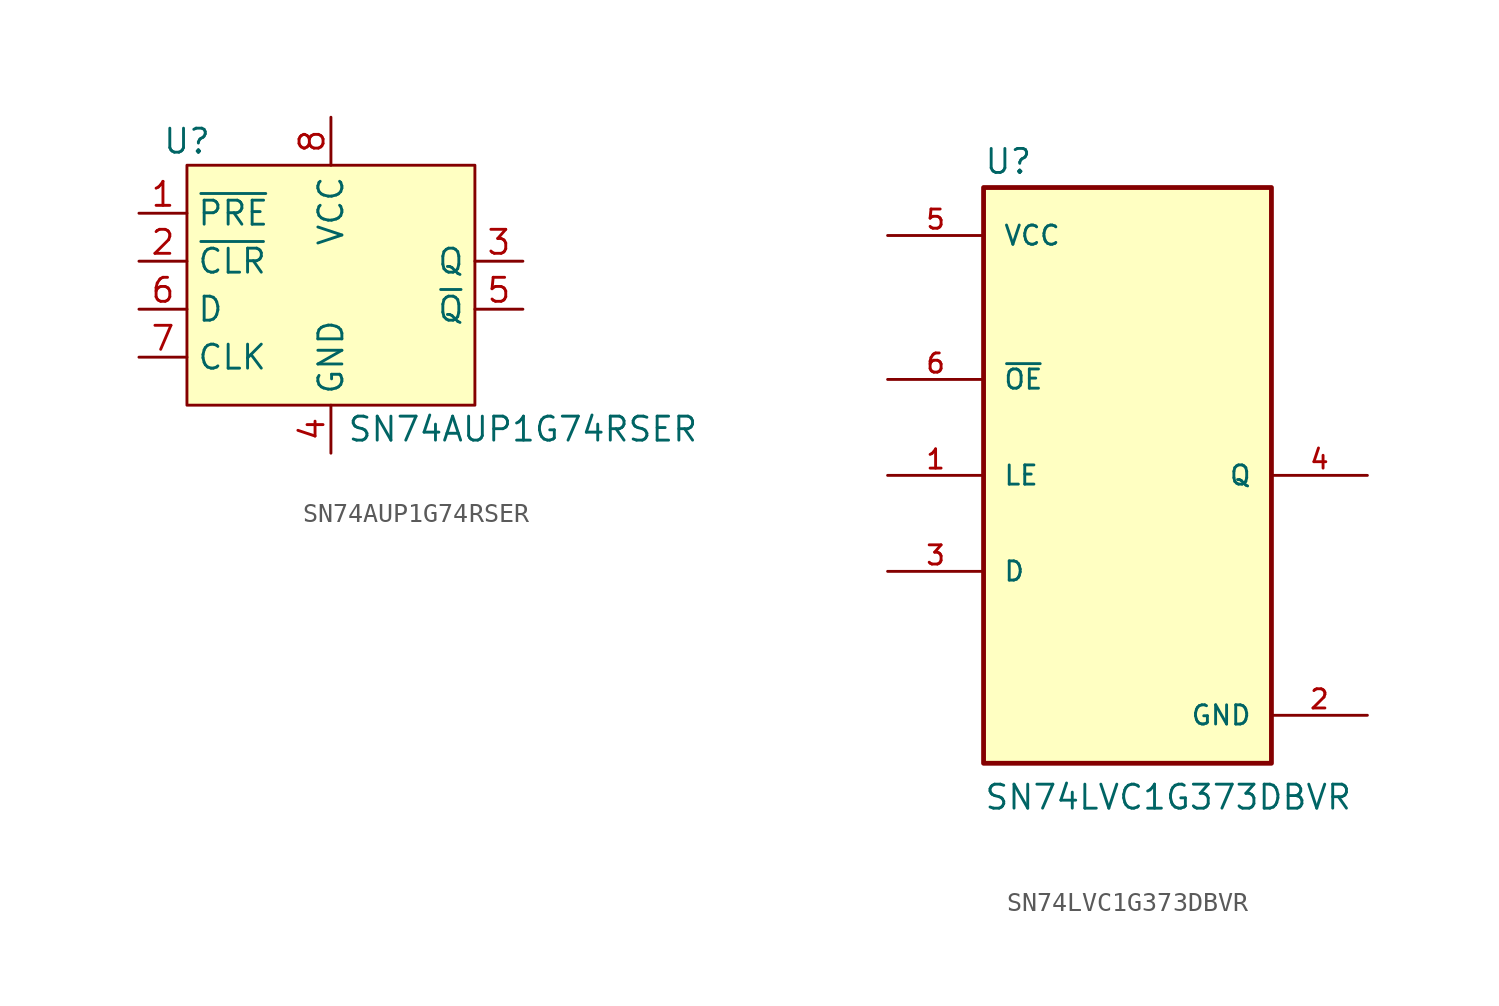
<source format=kicad_sym>
(kicad_symbol_lib
  (version 20241209)
  (generator "kicad_symbol_editor")
  (generator_version "9.0")
  (symbol "SN74AUP1G74RSER"
    (property "Reference" "U"
      (at -7.62 7.62 0)
      (effects (font (size 1.27 1.27))))
    (property "Value" "SN74AUP1G74RSER"
      (at 10.16 -7.62 0)
      (effects (font (size 1.27 1.27))))
    (symbol "SN74AUP1G74RSER_1_1"
      (rectangle (start -7.62 6.35) (end 7.62 -6.35) (stroke (width 0) (type solid)) (fill (type background)))
      (pin input line (at -10.16 3.81 0) (length 2.54) (name "~{PRE}" (effects (font (size 1.27 1.27)))) (number "1" (effects (font (size 1.27 1.27)))))
      (pin input line (at -10.16 1.27 0) (length 2.54) (name "~{CLR}" (effects (font (size 1.27 1.27)))) (number "2" (effects (font (size 1.27 1.27)))))
      (pin input line (at -10.16 -1.27 0) (length 2.54) (name "D" (effects (font (size 1.27 1.27)))) (number "6" (effects (font (size 1.27 1.27)))))
      (pin input line (at -10.16 -3.81 0) (length 2.54) (name "CLK" (effects (font (size 1.27 1.27)))) (number "7" (effects (font (size 1.27 1.27)))))
      (pin power_in line (at 0 8.89 270) (length 2.54) (name "VCC" (effects (font (size 1.27 1.27)))) (number "8" (effects (font (size 1.27 1.27)))))
      (pin power_in line (at 0 -8.89 90) (length 2.54) (name "GND" (effects (font (size 1.27 1.27)))) (number "4" (effects (font (size 1.27 1.27)))))
      (pin output line (at 10.16 1.27 180) (length 2.54) (name "Q" (effects (font (size 1.27 1.27)))) (number "3" (effects (font (size 1.27 1.27)))))
      (pin output line (at 10.16 -1.27 180) (length 2.54) (name "~{Q}" (effects (font (size 1.27 1.27)))) (number "5" (effects (font (size 1.27 1.27)))))))
  (symbol "SN74LVC1G373DBVR"
    (pin_names
      (offset 1.016))
    (property "Reference" "U"
      (at -7.62 15.875 0)
      (effects (font (size 1.27 1.27)) (justify left bottom)))
    (property "Value" "SN74LVC1G373DBVR"
      (at -7.62 -17.78 0)
      (effects (font (size 1.27 1.27)) (justify left bottom)))
    (symbol "SN74LVC1G373DBVR_0_0"
      (rectangle (start -7.62 -15.24) (end 7.62 15.24) (stroke (width 0.254) (type default)) (fill (type background)))
      (pin power_in line (at -12.7 12.7 0) (length 5.08) (name "VCC" (effects (font (size 1.016 1.016)))) (number "5" (effects (font (size 1.016 1.016)))))
      (pin input line (at -12.7 5.08 0) (length 5.08) (name "~{OE}" (effects (font (size 1.016 1.016)))) (number "6" (effects (font (size 1.016 1.016)))))
      (pin input line (at -12.7 0 0) (length 5.08) (name "LE" (effects (font (size 1.016 1.016)))) (number "1" (effects (font (size 1.016 1.016)))))
      (pin input line (at -12.7 -5.08 0) (length 5.08) (name "D" (effects (font (size 1.016 1.016)))) (number "3" (effects (font (size 1.016 1.016)))))
      (pin output line (at 12.7 0 180) (length 5.08) (name "Q" (effects (font (size 1.016 1.016)))) (number "4" (effects (font (size 1.016 1.016)))))
      (pin power_in line (at 12.7 -12.7 180) (length 5.08) (name "GND" (effects (font (size 1.016 1.016)))) (number "2" (effects (font (size 1.016 1.016))))))))
</source>
